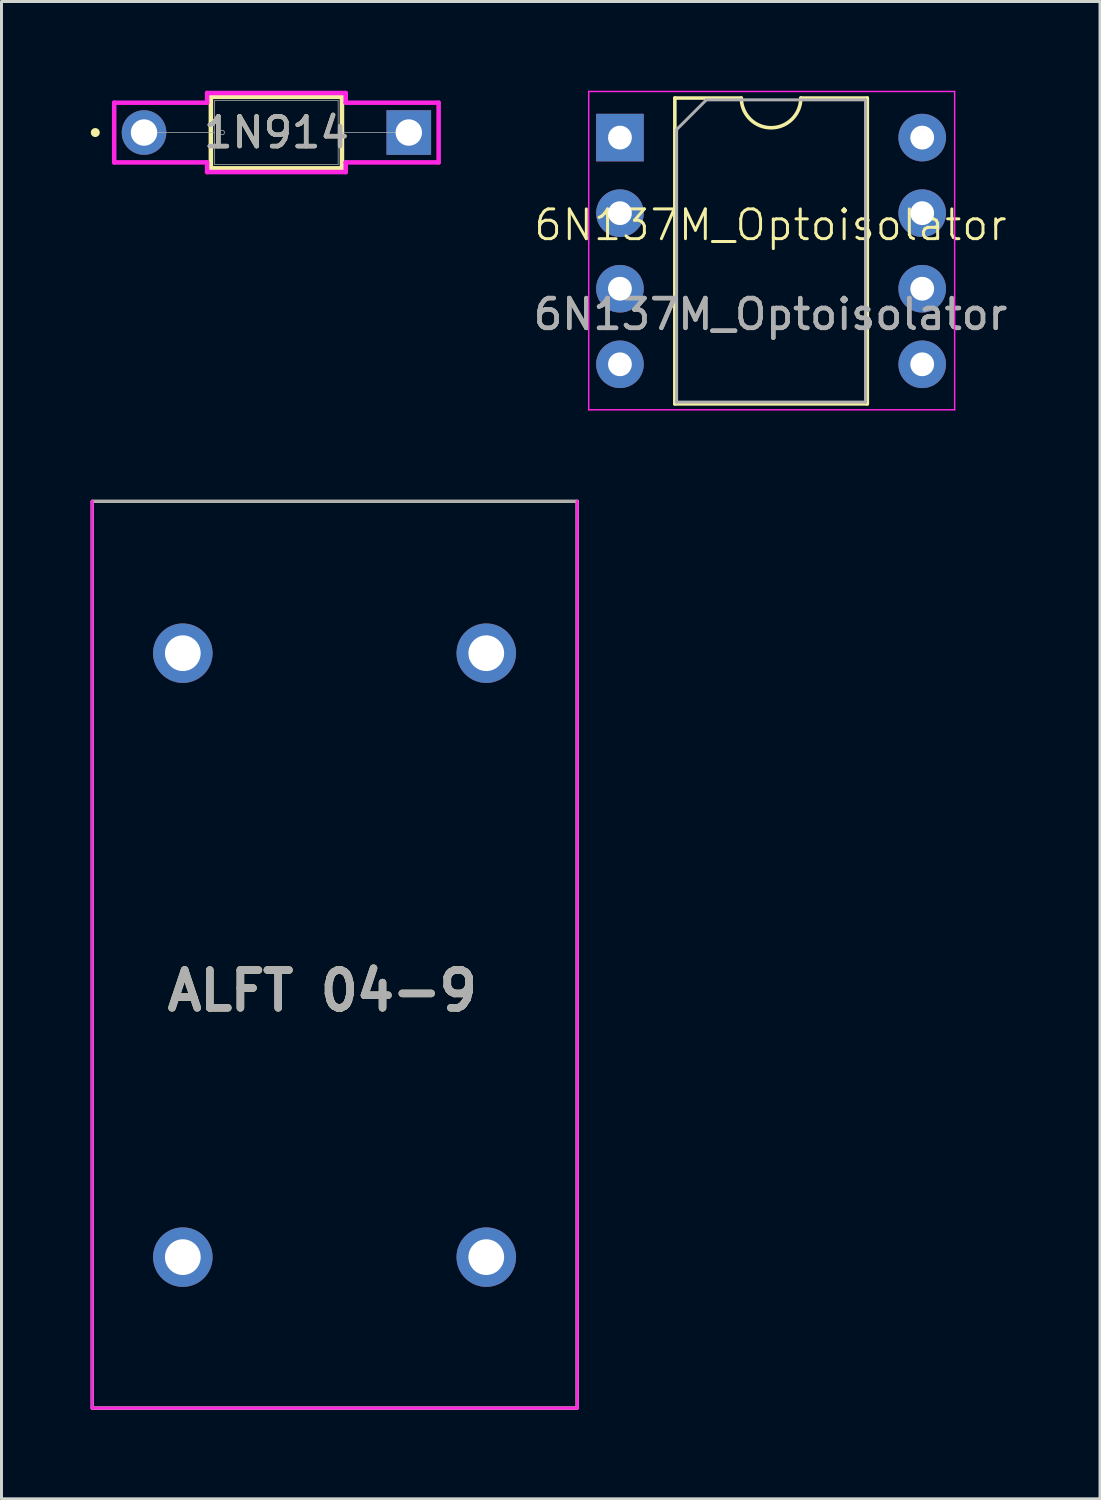
<source format=kicad_pcb>
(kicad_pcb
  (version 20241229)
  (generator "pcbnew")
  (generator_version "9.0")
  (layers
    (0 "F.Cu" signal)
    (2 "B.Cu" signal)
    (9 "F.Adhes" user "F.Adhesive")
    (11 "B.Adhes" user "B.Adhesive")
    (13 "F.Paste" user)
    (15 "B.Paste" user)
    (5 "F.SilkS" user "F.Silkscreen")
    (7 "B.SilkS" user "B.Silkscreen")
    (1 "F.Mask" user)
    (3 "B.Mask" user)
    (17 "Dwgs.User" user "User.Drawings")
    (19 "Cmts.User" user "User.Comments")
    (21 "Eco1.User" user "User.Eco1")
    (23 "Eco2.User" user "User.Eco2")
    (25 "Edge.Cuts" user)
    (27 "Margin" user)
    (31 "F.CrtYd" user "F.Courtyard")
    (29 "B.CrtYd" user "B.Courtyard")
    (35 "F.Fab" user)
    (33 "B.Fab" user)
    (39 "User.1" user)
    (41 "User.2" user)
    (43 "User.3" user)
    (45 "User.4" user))
  (footprint "ALFT 04-9"
    (layer "F.Cu")
    (at 2.282 39.251)
    (property "Reference" "ALFT 04-9" (at 5.5 -9 0) (layer "F.SilkS") (effects (font (size 1.27 1.27) (thickness 0.254))))
    (attr through_hole)
    (fp_line (start -2.232 -25.451) (end -2.232 5.029) (stroke (width 0.1) (type default)) (layer "F.SilkS"))
    (fp_line (start -2.232 -25.451) (end 14.068 -25.451) (stroke (width 0.1) (type default)) (layer "F.SilkS"))
    (fp_line (start -2.232 5.029) (end 14.068 5.029) (stroke (width 0.1) (type default)) (layer "F.SilkS"))
    (fp_line (start 14.068 5.029) (end 14.068 -25.451) (stroke (width 0.1) (type default)) (layer "F.SilkS"))
    (fp_line (start -2.232 -25.451) (end 14.068 -25.451) (stroke (width 0.1) (type default)) (layer "Margin"))
    (fp_line (start -2.232 5.029) (end -2.232 -25.451) (stroke (width 0.1) (type default)) (layer "F.CrtYd"))
    (fp_line (start 14.068 -25.451) (end 14.068 5.029) (stroke (width 0.1) (type solid)) (layer "F.CrtYd"))
    (fp_line (start 14.068 5.029) (end -2.232 5.029) (stroke (width 0.1) (type default)) (layer "F.CrtYd"))
    (fp_line (start -2.232 -25.451) (end 14.068 -25.451) (stroke (width 0.1) (type default)) (layer "F.Fab"))
    (fp_line (start -2.232 5.029) (end -2.232 -25.451) (stroke (width 0.1) (type default)) (layer "F.Fab"))
    (fp_line (start 14.068 -25.451) (end 14.068 5.029) (stroke (width 0.1) (type solid)) (layer "F.Fab"))
    (fp_line (start 14.068 5.029) (end -2.232 5.029) (stroke (width 0.1) (type default)) (layer "F.Fab"))
    (fp_text user "${REFERENCE}" (at 5.5 -9 0) (layer "F.Fab") (effects (font (size 1.27 1.27) (thickness 0.254))))
    (pad "1" thru_hole circle (at 0.813 -0.045) (size 2 2) (drill 1.2) (layers "*.Cu" "*.Mask"))
    (pad "2" thru_hole circle (at 0.813 -20.345) (size 2 2) (drill 1.2) (layers "*.Cu" "*.Mask"))
    (pad "3" thru_hole circle (at 11.013 -0.045) (size 2 2) (drill 1.2) (layers "*.Cu" "*.Mask"))
    (pad "4" thru_hole circle (at 11.013 -20.345) (size 2 2) (drill 1.2) (layers "*.Cu" "*.Mask")))
  (footprint "1N914"
    (layer "F.Cu")
    (at 10.691 1.405)
    (property "Reference" "1N914" (at -4.45 0 0) (unlocked yes) (layer "F.SilkS") (effects (font (size 1 1) (thickness 0.15))))
    (attr through_hole)
    (fp_line (start -6.653 -1.202) (end -6.653 1.202) (stroke (width 0.152) (type solid)) (layer "F.SilkS"))
    (fp_line (start -6.653 1.202) (end -2.247 1.202) (stroke (width 0.152) (type solid)) (layer "F.SilkS"))
    (fp_line (start -2.247 -1.202) (end -6.653 -1.202) (stroke (width 0.152) (type solid)) (layer "F.SilkS"))
    (fp_line (start -2.247 1.202) (end -2.247 -1.202) (stroke (width 0.152) (type solid)) (layer "F.SilkS"))
    (fp_circle (center -10.538 0) (end -10.462 0) (stroke (width 0.152) (type solid)) (fill no) (layer "F.SilkS"))
    (fp_line (start -9.903 -1.003) (end -6.78 -1.003) (stroke (width 0.152) (type solid)) (layer "F.CrtYd"))
    (fp_line (start -9.903 1.003) (end -9.903 -1.003) (stroke (width 0.152) (type solid)) (layer "F.CrtYd"))
    (fp_line (start -6.78 -1.329) (end -2.12 -1.329) (stroke (width 0.152) (type solid)) (layer "F.CrtYd"))
    (fp_line (start -6.78 -1.003) (end -6.78 -1.329) (stroke (width 0.152) (type solid)) (layer "F.CrtYd"))
    (fp_line (start -6.78 1.003) (end -9.903 1.003) (stroke (width 0.152) (type solid)) (layer "F.CrtYd"))
    (fp_line (start -6.78 1.329) (end -6.78 1.003) (stroke (width 0.152) (type solid)) (layer "F.CrtYd"))
    (fp_line (start -6.78 1.329) (end -2.12 1.329) (stroke (width 0.152) (type solid)) (layer "F.CrtYd"))
    (fp_line (start -2.12 -1.329) (end -2.12 -1.003) (stroke (width 0.152) (type solid)) (layer "F.CrtYd"))
    (fp_line (start -2.12 -1.003) (end 1.003 -1.003) (stroke (width 0.152) (type solid)) (layer "F.CrtYd"))
    (fp_line (start -2.12 1.003) (end -2.12 1.329) (stroke (width 0.152) (type solid)) (layer "F.CrtYd"))
    (fp_line (start 1.003 -1.003) (end 1.003 1.003) (stroke (width 0.152) (type solid)) (layer "F.CrtYd"))
    (fp_line (start 1.003 1.003) (end -2.12 1.003) (stroke (width 0.152) (type solid)) (layer "F.CrtYd"))
    (fp_line (start -8.9 0) (end -6.526 0) (stroke (width 0.025) (type solid)) (layer "F.Fab"))
    (fp_line (start -6.526 -1.075) (end -6.526 1.075) (stroke (width 0.025) (type solid)) (layer "F.Fab"))
    (fp_line (start -6.526 1.075) (end -2.374 1.075) (stroke (width 0.025) (type solid)) (layer "F.Fab"))
    (fp_line (start -2.374 -1.075) (end -6.526 -1.075) (stroke (width 0.025) (type solid)) (layer "F.Fab"))
    (fp_line (start -2.374 1.075) (end -2.374 -1.075) (stroke (width 0.025) (type solid)) (layer "F.Fab"))
    (fp_line (start 0 0) (end -2.374 0) (stroke (width 0.025) (type solid)) (layer "F.Fab"))
    (fp_circle (center -6.272 0) (end -6.196 0) (stroke (width 0.025) (type solid)) (fill no) (layer "F.Fab"))
    (fp_text user "${REFERENCE}" (at -4.45 0 0) (unlocked yes) (layer "F.Fab") (effects (font (size 1 1) (thickness 0.15))))
    (pad "1" thru_hole circle (at -8.9 0) (size 1.499 1.499) (drill 0.889) (layers "*.Cu" "*.Mask"))
    (pad "2" thru_hole rect (at 0 0) (size 1.499 1.499) (drill 0.889) (layers "*.Cu" "*.Mask")))
  (footprint "6N137M_Optoisolator"
    (layer "F.Cu")
    (at 22.848 6.115)
    (property "Reference" "6N137M_Optoisolator" (at 0 -1.6 0) (unlocked yes) (layer "F.SilkS") (effects (font (size 1 1) (thickness 0.1))))
    (attr through_hole)
    (fp_line (start -3.215 -5.87) (end -3.215 4.41) (stroke (width 0.12) (type solid)) (layer "F.SilkS"))
    (fp_line (start -3.215 4.41) (end 3.255 4.41) (stroke (width 0.12) (type solid)) (layer "F.SilkS"))
    (fp_line (start -0.98 -5.87) (end -3.215 -5.87) (stroke (width 0.12) (type solid)) (layer "F.SilkS"))
    (fp_line (start 3.255 -5.87) (end 1.02 -5.87) (stroke (width 0.12) (type solid)) (layer "F.SilkS"))
    (fp_line (start 3.255 4.41) (end 3.255 -5.87) (stroke (width 0.12) (type solid)) (layer "F.SilkS"))
    (fp_arc (start 1.02 -5.87) (mid 0.02 -4.87) (end -0.98 -5.87) (stroke (width 0.12) (type solid)) (layer "F.SilkS"))
    (fp_line (start -6.11 -6.09) (end -6.11 4.61) (stroke (width 0.05) (type solid)) (layer "F.CrtYd"))
    (fp_line (start -6.11 4.61) (end 6.19 4.61) (stroke (width 0.05) (type solid)) (layer "F.CrtYd"))
    (fp_line (start 6.19 -6.09) (end -6.11 -6.09) (stroke (width 0.05) (type solid)) (layer "F.CrtYd"))
    (fp_line (start 6.19 4.61) (end 6.19 -6.09) (stroke (width 0.05) (type solid)) (layer "F.CrtYd"))
    (fp_line (start -3.155 -4.81) (end -2.155 -5.81) (stroke (width 0.1) (type solid)) (layer "F.Fab"))
    (fp_line (start -3.155 4.35) (end -3.155 -4.81) (stroke (width 0.1) (type solid)) (layer "F.Fab"))
    (fp_line (start -2.155 -5.81) (end 3.195 -5.81) (stroke (width 0.1) (type solid)) (layer "F.Fab"))
    (fp_line (start 3.195 -5.81) (end 3.195 4.35) (stroke (width 0.1) (type solid)) (layer "F.Fab"))
    (fp_line (start 3.195 4.35) (end -3.155 4.35) (stroke (width 0.1) (type solid)) (layer "F.Fab"))
    (fp_text user "${REFERENCE}" (at 0 1.4 0) (unlocked yes) (layer "F.Fab") (effects (font (size 1 1) (thickness 0.15))))
    (fp_text user "${REFERENCE}" (at 0 1.4 0) (unlocked yes) (layer "F.Fab") (effects (font (size 1 1) (thickness 0.15))))
    (pad "1" thru_hole rect (at -5.06 -4.54) (size 1.6 1.6) (drill 0.8) (layers "*.Cu" "*.Mask"))
    (pad "2" thru_hole oval (at -5.06 -2) (size 1.6 1.6) (drill 0.8) (layers "*.Cu" "*.Mask"))
    (pad "3" thru_hole oval (at -5.06 0.54) (size 1.6 1.6) (drill 0.8) (layers "*.Cu" "*.Mask"))
    (pad "4" thru_hole oval (at -5.06 3.08) (size 1.6 1.6) (drill 0.8) (layers "*.Cu" "*.Mask"))
    (pad "5" thru_hole oval (at 5.1 3.08) (size 1.6 1.6) (drill 0.8) (layers "*.Cu" "*.Mask"))
    (pad "6" thru_hole oval (at 5.1 0.54) (size 1.6 1.6) (drill 0.8) (layers "*.Cu" "*.Mask"))
    (pad "7" thru_hole oval (at 5.1 -2) (size 1.6 1.6) (drill 0.8) (layers "*.Cu" "*.Mask"))
    (pad "8" thru_hole oval (at 5.1 -4.54) (size 1.6 1.6) (drill 0.8) (layers "*.Cu" "*.Mask")))
  (gr_rect
    (start -3 -3)
    (end 33.925 47.33)
    (stroke (width 0.1) (type default))
    (fill no)
    (layer "Edge.Cuts")))
</source>
